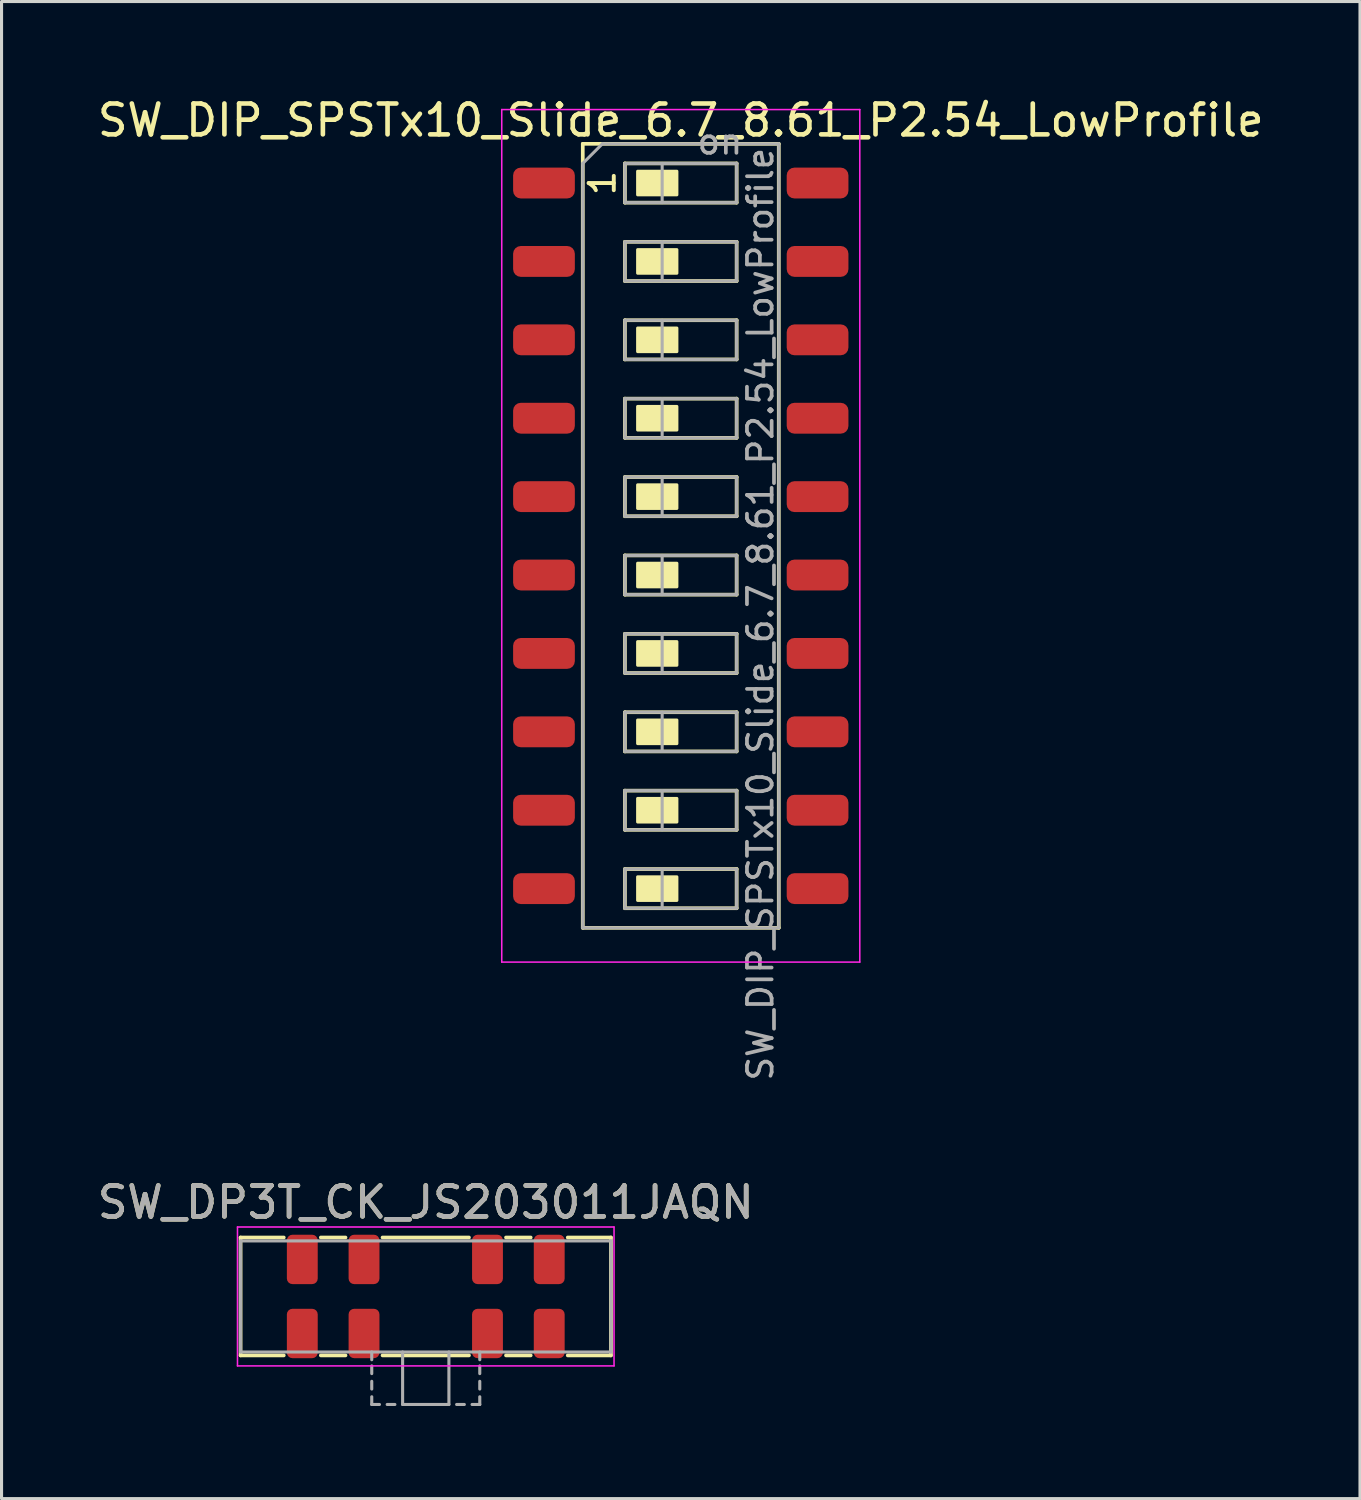
<source format=kicad_pcb>
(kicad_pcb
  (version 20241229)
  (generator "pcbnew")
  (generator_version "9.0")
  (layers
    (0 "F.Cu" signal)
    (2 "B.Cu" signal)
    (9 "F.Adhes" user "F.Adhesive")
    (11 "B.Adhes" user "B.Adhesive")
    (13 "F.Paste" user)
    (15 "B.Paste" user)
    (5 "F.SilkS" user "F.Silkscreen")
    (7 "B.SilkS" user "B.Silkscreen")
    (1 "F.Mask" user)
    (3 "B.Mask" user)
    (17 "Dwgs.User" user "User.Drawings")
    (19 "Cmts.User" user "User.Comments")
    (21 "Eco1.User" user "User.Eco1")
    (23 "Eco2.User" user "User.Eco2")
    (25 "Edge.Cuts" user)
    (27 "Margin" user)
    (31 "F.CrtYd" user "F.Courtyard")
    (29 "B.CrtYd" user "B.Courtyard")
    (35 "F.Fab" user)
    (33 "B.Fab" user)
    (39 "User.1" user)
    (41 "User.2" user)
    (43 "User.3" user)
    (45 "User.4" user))
  (footprint "SW_DP3T_CK_JS203011JAQN"
    (layer "F.Cu")
    (at 10.744 38.953)
    (property "Reference" "SW_DP3T_CK_JS203011JAQN" (at 0 -3.05 0) (layer "F.SilkS") (effects (font (size 1 1) (thickness 0.15))))
    (attr smd)
    (fp_line (start -6 -1.91) (end -6 1.91) (stroke (width 0.12) (type solid)) (layer "F.SilkS"))
    (fp_line (start -4.6 -1.91) (end -6 -1.91) (stroke (width 0.12) (type solid)) (layer "F.SilkS"))
    (fp_line (start -4.6 1.91) (end -6 1.91) (stroke (width 0.12) (type solid)) (layer "F.SilkS"))
    (fp_line (start -2.6 -1.91) (end -3.4 -1.91) (stroke (width 0.12) (type solid)) (layer "F.SilkS"))
    (fp_line (start -2.6 1.91) (end -3.4 1.91) (stroke (width 0.12) (type solid)) (layer "F.SilkS"))
    (fp_line (start 1.4 -1.91) (end -1.4 -1.91) (stroke (width 0.12) (type solid)) (layer "F.SilkS"))
    (fp_line (start 1.4 1.91) (end -1.4 1.91) (stroke (width 0.12) (type solid)) (layer "F.SilkS"))
    (fp_line (start 3.4 -1.91) (end 2.6 -1.91) (stroke (width 0.12) (type solid)) (layer "F.SilkS"))
    (fp_line (start 3.4 1.91) (end 2.6 1.91) (stroke (width 0.12) (type solid)) (layer "F.SilkS"))
    (fp_line (start 6 -1.91) (end 4.6 -1.91) (stroke (width 0.12) (type solid)) (layer "F.SilkS"))
    (fp_line (start 6 -1.91) (end 6 1.91) (stroke (width 0.12) (type solid)) (layer "F.SilkS"))
    (fp_line (start 6 1.91) (end 4.6 1.91) (stroke (width 0.12) (type solid)) (layer "F.SilkS"))
    (fp_line (start -6.1 -2.25) (end -6.1 2.25) (stroke (width 0.05) (type solid)) (layer "F.CrtYd"))
    (fp_line (start -6.1 -2.25) (end 6.1 -2.25) (stroke (width 0.05) (type solid)) (layer "F.CrtYd"))
    (fp_line (start 6.1 -2.25) (end 6.1 2.25) (stroke (width 0.05) (type solid)) (layer "F.CrtYd"))
    (fp_line (start 6.1 2.25) (end -6.1 2.25) (stroke (width 0.05) (type solid)) (layer "F.CrtYd"))
    (fp_line (start -6 -1.8) (end 6 -1.8) (stroke (width 0.1) (type solid)) (layer "F.Fab"))
    (fp_line (start -6 1.8) (end -6 -1.8) (stroke (width 0.1) (type solid)) (layer "F.Fab"))
    (fp_line (start -1.75 1.8) (end -1.75 2.05) (stroke (width 0.1) (type solid)) (layer "F.Fab"))
    (fp_line (start -1.75 2.25) (end -1.75 2.5) (stroke (width 0.1) (type solid)) (layer "F.Fab"))
    (fp_line (start -1.75 2.75) (end -1.75 3) (stroke (width 0.1) (type solid)) (layer "F.Fab"))
    (fp_line (start -1.75 3.25) (end -1.75 3.5) (stroke (width 0.1) (type solid)) (layer "F.Fab"))
    (fp_line (start -1.5 3.5) (end -1.75 3.5) (stroke (width 0.1) (type solid)) (layer "F.Fab"))
    (fp_line (start -1 3.5) (end -1.25 3.5) (stroke (width 0.1) (type solid)) (layer "F.Fab"))
    (fp_line (start -0.75 1.8) (end -0.75 3.5) (stroke (width 0.1) (type solid)) (layer "F.Fab"))
    (fp_line (start 0.75 1.8) (end 0.75 3.5) (stroke (width 0.1) (type solid)) (layer "F.Fab"))
    (fp_line (start 0.75 3.5) (end -0.75 3.5) (stroke (width 0.1) (type solid)) (layer "F.Fab"))
    (fp_line (start 1.25 3.5) (end 1 3.5) (stroke (width 0.1) (type solid)) (layer "F.Fab"))
    (fp_line (start 1.75 1.8) (end 1.75 2.05) (stroke (width 0.1) (type solid)) (layer "F.Fab"))
    (fp_line (start 1.75 2.25) (end 1.75 2.5) (stroke (width 0.1) (type solid)) (layer "F.Fab"))
    (fp_line (start 1.75 2.75) (end 1.75 3) (stroke (width 0.1) (type solid)) (layer "F.Fab"))
    (fp_line (start 1.75 3.25) (end 1.75 3.5) (stroke (width 0.1) (type solid)) (layer "F.Fab"))
    (fp_line (start 1.75 3.5) (end 1.5 3.5) (stroke (width 0.1) (type solid)) (layer "F.Fab"))
    (fp_line (start 6 -1.8) (end 6 1.8) (stroke (width 0.1) (type solid)) (layer "F.Fab"))
    (fp_line (start 6 1.8) (end -6 1.8) (stroke (width 0.1) (type solid)) (layer "F.Fab"))
    (fp_text user "${REFERENCE}" (at 0 -3.05 0) (layer "F.Fab") (effects (font (size 1 1) (thickness 0.15))))
    (pad "1" smd roundrect (at -4 1.2) (size 1 1.6) (layers "F.Cu" "F.Mask" "F.Paste") (roundrect_rratio 0.18))
    (pad "2" smd roundrect (at -2 1.2) (size 1 1.6) (layers "F.Cu" "F.Mask" "F.Paste") (roundrect_rratio 0.18))
    (pad "3" smd roundrect (at 2 1.2) (size 1 1.6) (layers "F.Cu" "F.Mask" "F.Paste") (roundrect_rratio 0.18))
    (pad "4" smd roundrect (at 4 1.2) (size 1 1.6) (layers "F.Cu" "F.Mask" "F.Paste") (roundrect_rratio 0.18))
    (pad "5" smd roundrect (at -4 -1.2) (size 1 1.6) (layers "F.Cu" "F.Mask" "F.Paste") (roundrect_rratio 0.18))
    (pad "6" smd roundrect (at -2 -1.2) (size 1 1.6) (layers "F.Cu" "F.Mask" "F.Paste") (roundrect_rratio 0.18))
    (pad "7" smd roundrect (at 2 -1.2) (size 1 1.6) (layers "F.Cu" "F.Mask" "F.Paste") (roundrect_rratio 0.18))
    (pad "8" smd roundrect (at 4 -1.2) (size 1 1.6) (layers "F.Cu" "F.Mask" "F.Paste") (roundrect_rratio 0.18)))
  (footprint "SW_DIP_SPSTx10_Slide_6.7_8.61_P2.54_LowProfile"
    (layer "F.Cu")
    (at 19.006 14.31)
    (property "Reference" "SW_DIP_SPSTx10_Slide_6.7_8.61_P2.54_LowProfile" (at 0 -13.462 0) (layer "F.SilkS") (effects (font (size 1 1) (thickness 0.15))))
    (attr smd)
    (fp_line (start -3.175 -12.7) (end -3.175 12.7) (stroke (width 0.12) (type solid)) (layer "F.SilkS"))
    (fp_line (start -3.175 12.7) (end 3.175 12.7) (stroke (width 0.12) (type solid)) (layer "F.SilkS"))
    (fp_line (start -1.81 -12.065) (end -1.81 -10.795) (stroke (width 0.12) (type solid)) (layer "F.SilkS"))
    (fp_line (start -1.81 -10.795) (end 1.81 -10.795) (stroke (width 0.12) (type solid)) (layer "F.SilkS"))
    (fp_line (start -1.81 -9.525) (end -1.81 -8.255) (stroke (width 0.12) (type solid)) (layer "F.SilkS"))
    (fp_line (start -1.81 -8.255) (end 1.81 -8.255) (stroke (width 0.12) (type solid)) (layer "F.SilkS"))
    (fp_line (start -1.81 -6.985) (end -1.81 -5.715) (stroke (width 0.12) (type solid)) (layer "F.SilkS"))
    (fp_line (start -1.81 -5.715) (end 1.81 -5.715) (stroke (width 0.12) (type solid)) (layer "F.SilkS"))
    (fp_line (start -1.81 -4.445) (end -1.81 -3.175) (stroke (width 0.12) (type solid)) (layer "F.SilkS"))
    (fp_line (start -1.81 -3.175) (end 1.81 -3.175) (stroke (width 0.12) (type solid)) (layer "F.SilkS"))
    (fp_line (start -1.81 -1.905) (end -1.81 -0.635) (stroke (width 0.12) (type solid)) (layer "F.SilkS"))
    (fp_line (start -1.81 -0.635) (end 1.81 -0.635) (stroke (width 0.12) (type solid)) (layer "F.SilkS"))
    (fp_line (start -1.81 0.635) (end -1.81 1.905) (stroke (width 0.12) (type solid)) (layer "F.SilkS"))
    (fp_line (start -1.81 1.905) (end 1.81 1.905) (stroke (width 0.12) (type solid)) (layer "F.SilkS"))
    (fp_line (start -1.81 3.175) (end -1.81 4.445) (stroke (width 0.12) (type solid)) (layer "F.SilkS"))
    (fp_line (start -1.81 4.445) (end 1.81 4.445) (stroke (width 0.12) (type solid)) (layer "F.SilkS"))
    (fp_line (start -1.81 5.715) (end -1.81 6.985) (stroke (width 0.12) (type solid)) (layer "F.SilkS"))
    (fp_line (start -1.81 6.985) (end 1.81 6.985) (stroke (width 0.12) (type solid)) (layer "F.SilkS"))
    (fp_line (start -1.81 8.255) (end -1.81 9.525) (stroke (width 0.12) (type solid)) (layer "F.SilkS"))
    (fp_line (start -1.81 9.525) (end 1.81 9.525) (stroke (width 0.12) (type solid)) (layer "F.SilkS"))
    (fp_line (start -1.81 10.795) (end -1.81 12.065) (stroke (width 0.12) (type solid)) (layer "F.SilkS"))
    (fp_line (start -1.81 12.065) (end 1.81 12.065) (stroke (width 0.12) (type solid)) (layer "F.SilkS"))
    (fp_line (start 1.81 -12.065) (end -1.81 -12.065) (stroke (width 0.12) (type solid)) (layer "F.SilkS"))
    (fp_line (start 1.81 -10.795) (end 1.81 -12.065) (stroke (width 0.12) (type solid)) (layer "F.SilkS"))
    (fp_line (start 1.81 -9.525) (end -1.81 -9.525) (stroke (width 0.12) (type solid)) (layer "F.SilkS"))
    (fp_line (start 1.81 -8.255) (end 1.81 -9.525) (stroke (width 0.12) (type solid)) (layer "F.SilkS"))
    (fp_line (start 1.81 -6.985) (end -1.81 -6.985) (stroke (width 0.12) (type solid)) (layer "F.SilkS"))
    (fp_line (start 1.81 -5.715) (end 1.81 -6.985) (stroke (width 0.12) (type solid)) (layer "F.SilkS"))
    (fp_line (start 1.81 -4.445) (end -1.81 -4.445) (stroke (width 0.12) (type solid)) (layer "F.SilkS"))
    (fp_line (start 1.81 -3.175) (end 1.81 -4.445) (stroke (width 0.12) (type solid)) (layer "F.SilkS"))
    (fp_line (start 1.81 -1.905) (end -1.81 -1.905) (stroke (width 0.12) (type solid)) (layer "F.SilkS"))
    (fp_line (start 1.81 -0.635) (end 1.81 -1.905) (stroke (width 0.12) (type solid)) (layer "F.SilkS"))
    (fp_line (start 1.81 0.635) (end -1.81 0.635) (stroke (width 0.12) (type solid)) (layer "F.SilkS"))
    (fp_line (start 1.81 1.905) (end 1.81 0.635) (stroke (width 0.12) (type solid)) (layer "F.SilkS"))
    (fp_line (start 1.81 3.175) (end -1.81 3.175) (stroke (width 0.12) (type solid)) (layer "F.SilkS"))
    (fp_line (start 1.81 4.445) (end 1.81 3.175) (stroke (width 0.12) (type solid)) (layer "F.SilkS"))
    (fp_line (start 1.81 5.715) (end -1.81 5.715) (stroke (width 0.12) (type solid)) (layer "F.SilkS"))
    (fp_line (start 1.81 6.985) (end 1.81 5.715) (stroke (width 0.12) (type solid)) (layer "F.SilkS"))
    (fp_line (start 1.81 8.255) (end -1.81 8.255) (stroke (width 0.12) (type solid)) (layer "F.SilkS"))
    (fp_line (start 1.81 9.525) (end 1.81 8.255) (stroke (width 0.12) (type solid)) (layer "F.SilkS"))
    (fp_line (start 1.81 10.795) (end -1.81 10.795) (stroke (width 0.12) (type solid)) (layer "F.SilkS"))
    (fp_line (start 1.81 12.065) (end 1.81 10.795) (stroke (width 0.12) (type solid)) (layer "F.SilkS"))
    (fp_line (start 3.175 -12.7) (end -3.175 -12.7) (stroke (width 0.12) (type solid)) (layer "F.SilkS"))
    (fp_line (start 3.175 12.7) (end 3.175 -12.7) (stroke (width 0.12) (type solid)) (layer "F.SilkS"))
    (fp_poly (pts (xy -0.127 -11.049) (xy -1.397 -11.049) (xy -1.397 -11.811) (xy -0.127 -11.811)) (stroke (width 0.1) (type solid)) (fill yes) (layer "F.SilkS"))
    (fp_poly (pts (xy -0.127 -8.509) (xy -1.397 -8.509) (xy -1.397 -9.271) (xy -0.127 -9.271)) (stroke (width 0.1) (type solid)) (fill yes) (layer "F.SilkS"))
    (fp_poly (pts (xy -0.127 -5.969) (xy -1.397 -5.969) (xy -1.397 -6.731) (xy -0.127 -6.731)) (stroke (width 0.1) (type solid)) (fill yes) (layer "F.SilkS"))
    (fp_poly (pts (xy -0.127 -3.429) (xy -1.397 -3.429) (xy -1.397 -4.191) (xy -0.127 -4.191)) (stroke (width 0.1) (type solid)) (fill yes) (layer "F.SilkS"))
    (fp_poly (pts (xy -0.127 -0.889) (xy -1.397 -0.889) (xy -1.397 -1.651) (xy -0.127 -1.651)) (stroke (width 0.1) (type solid)) (fill yes) (layer "F.SilkS"))
    (fp_poly (pts (xy -0.127 1.651) (xy -1.397 1.651) (xy -1.397 0.889) (xy -0.127 0.889)) (stroke (width 0.1) (type solid)) (fill yes) (layer "F.SilkS"))
    (fp_poly (pts (xy -0.127 4.191) (xy -1.397 4.191) (xy -1.397 3.429) (xy -0.127 3.429)) (stroke (width 0.1) (type solid)) (fill yes) (layer "F.SilkS"))
    (fp_poly (pts (xy -0.127 6.731) (xy -1.397 6.731) (xy -1.397 5.969) (xy -0.127 5.969)) (stroke (width 0.1) (type solid)) (fill yes) (layer "F.SilkS"))
    (fp_poly (pts (xy -0.127 9.271) (xy -1.397 9.271) (xy -1.397 8.509) (xy -0.127 8.509)) (stroke (width 0.1) (type solid)) (fill yes) (layer "F.SilkS"))
    (fp_poly (pts (xy -0.127 11.811) (xy -1.397 11.811) (xy -1.397 11.049) (xy -0.127 11.049)) (stroke (width 0.1) (type solid)) (fill yes) (layer "F.SilkS"))
    (fp_line (start -5.8 -13.81) (end -5.8 13.81) (stroke (width 0.05) (type solid)) (layer "F.CrtYd"))
    (fp_line (start -5.8 13.81) (end 5.8 13.81) (stroke (width 0.05) (type solid)) (layer "F.CrtYd"))
    (fp_line (start 5.8 -13.81) (end -5.8 -13.81) (stroke (width 0.05) (type solid)) (layer "F.CrtYd"))
    (fp_line (start 5.8 13.81) (end 5.8 -13.81) (stroke (width 0.05) (type solid)) (layer "F.CrtYd"))
    (fp_line (start -3.175 -12.065) (end -2.54 -12.7) (stroke (width 0.1) (type solid)) (layer "F.Fab"))
    (fp_line (start -3.175 12.7) (end -3.175 -12.065) (stroke (width 0.1) (type solid)) (layer "F.Fab"))
    (fp_line (start -2.54 -12.7) (end 3.175 -12.7) (stroke (width 0.1) (type solid)) (layer "F.Fab"))
    (fp_line (start -1.81 -12.065) (end -1.81 -10.795) (stroke (width 0.1) (type solid)) (layer "F.Fab"))
    (fp_line (start -1.81 -10.795) (end 1.81 -10.795) (stroke (width 0.1) (type solid)) (layer "F.Fab"))
    (fp_line (start -1.81 -9.525) (end -1.81 -8.255) (stroke (width 0.1) (type solid)) (layer "F.Fab"))
    (fp_line (start -1.81 -8.255) (end 1.81 -8.255) (stroke (width 0.1) (type solid)) (layer "F.Fab"))
    (fp_line (start -1.81 -6.985) (end -1.81 -5.715) (stroke (width 0.1) (type solid)) (layer "F.Fab"))
    (fp_line (start -1.81 -5.715) (end 1.81 -5.715) (stroke (width 0.1) (type solid)) (layer "F.Fab"))
    (fp_line (start -1.81 -4.445) (end -1.81 -3.175) (stroke (width 0.1) (type solid)) (layer "F.Fab"))
    (fp_line (start -1.81 -3.175) (end 1.81 -3.175) (stroke (width 0.1) (type solid)) (layer "F.Fab"))
    (fp_line (start -1.81 -1.905) (end -1.81 -0.635) (stroke (width 0.1) (type solid)) (layer "F.Fab"))
    (fp_line (start -1.81 -0.635) (end 1.81 -0.635) (stroke (width 0.1) (type solid)) (layer "F.Fab"))
    (fp_line (start -1.81 0.635) (end -1.81 1.905) (stroke (width 0.1) (type solid)) (layer "F.Fab"))
    (fp_line (start -1.81 1.905) (end 1.81 1.905) (stroke (width 0.1) (type solid)) (layer "F.Fab"))
    (fp_line (start -1.81 3.175) (end -1.81 4.445) (stroke (width 0.1) (type solid)) (layer "F.Fab"))
    (fp_line (start -1.81 4.445) (end 1.81 4.445) (stroke (width 0.1) (type solid)) (layer "F.Fab"))
    (fp_line (start -1.81 5.715) (end -1.81 6.985) (stroke (width 0.1) (type solid)) (layer "F.Fab"))
    (fp_line (start -1.81 6.985) (end 1.81 6.985) (stroke (width 0.1) (type solid)) (layer "F.Fab"))
    (fp_line (start -1.81 8.255) (end -1.81 9.525) (stroke (width 0.1) (type solid)) (layer "F.Fab"))
    (fp_line (start -1.81 9.525) (end 1.81 9.525) (stroke (width 0.1) (type solid)) (layer "F.Fab"))
    (fp_line (start -1.81 10.795) (end -1.81 12.065) (stroke (width 0.1) (type solid)) (layer "F.Fab"))
    (fp_line (start -1.81 12.065) (end 1.81 12.065) (stroke (width 0.1) (type solid)) (layer "F.Fab"))
    (fp_line (start -0.603 -12.065) (end -0.603 -10.795) (stroke (width 0.1) (type solid)) (layer "F.Fab"))
    (fp_line (start -0.603 -9.525) (end -0.603 -8.255) (stroke (width 0.1) (type solid)) (layer "F.Fab"))
    (fp_line (start -0.603 -6.985) (end -0.603 -5.715) (stroke (width 0.1) (type solid)) (layer "F.Fab"))
    (fp_line (start -0.603 -4.445) (end -0.603 -3.175) (stroke (width 0.1) (type solid)) (layer "F.Fab"))
    (fp_line (start -0.603 -1.905) (end -0.603 -0.635) (stroke (width 0.1) (type solid)) (layer "F.Fab"))
    (fp_line (start -0.603 0.635) (end -0.603 1.905) (stroke (width 0.1) (type solid)) (layer "F.Fab"))
    (fp_line (start -0.603 3.175) (end -0.603 4.445) (stroke (width 0.1) (type solid)) (layer "F.Fab"))
    (fp_line (start -0.603 5.715) (end -0.603 6.985) (stroke (width 0.1) (type solid)) (layer "F.Fab"))
    (fp_line (start -0.603 8.255) (end -0.603 9.525) (stroke (width 0.1) (type solid)) (layer "F.Fab"))
    (fp_line (start -0.603 10.795) (end -0.603 12.065) (stroke (width 0.1) (type solid)) (layer "F.Fab"))
    (fp_line (start 1.81 -12.065) (end -1.81 -12.065) (stroke (width 0.1) (type solid)) (layer "F.Fab"))
    (fp_line (start 1.81 -10.795) (end 1.81 -12.065) (stroke (width 0.1) (type solid)) (layer "F.Fab"))
    (fp_line (start 1.81 -9.525) (end -1.81 -9.525) (stroke (width 0.1) (type solid)) (layer "F.Fab"))
    (fp_line (start 1.81 -8.255) (end 1.81 -9.525) (stroke (width 0.1) (type solid)) (layer "F.Fab"))
    (fp_line (start 1.81 -6.985) (end -1.81 -6.985) (stroke (width 0.1) (type solid)) (layer "F.Fab"))
    (fp_line (start 1.81 -5.715) (end 1.81 -6.985) (stroke (width 0.1) (type solid)) (layer "F.Fab"))
    (fp_line (start 1.81 -4.445) (end -1.81 -4.445) (stroke (width 0.1) (type solid)) (layer "F.Fab"))
    (fp_line (start 1.81 -3.175) (end 1.81 -4.445) (stroke (width 0.1) (type solid)) (layer "F.Fab"))
    (fp_line (start 1.81 -1.905) (end -1.81 -1.905) (stroke (width 0.1) (type solid)) (layer "F.Fab"))
    (fp_line (start 1.81 -0.635) (end 1.81 -1.905) (stroke (width 0.1) (type solid)) (layer "F.Fab"))
    (fp_line (start 1.81 0.635) (end -1.81 0.635) (stroke (width 0.1) (type solid)) (layer "F.Fab"))
    (fp_line (start 1.81 1.905) (end 1.81 0.635) (stroke (width 0.1) (type solid)) (layer "F.Fab"))
    (fp_line (start 1.81 3.175) (end -1.81 3.175) (stroke (width 0.1) (type solid)) (layer "F.Fab"))
    (fp_line (start 1.81 4.445) (end 1.81 3.175) (stroke (width 0.1) (type solid)) (layer "F.Fab"))
    (fp_line (start 1.81 5.715) (end -1.81 5.715) (stroke (width 0.1) (type solid)) (layer "F.Fab"))
    (fp_line (start 1.81 6.985) (end 1.81 5.715) (stroke (width 0.1) (type solid)) (layer "F.Fab"))
    (fp_line (start 1.81 8.255) (end -1.81 8.255) (stroke (width 0.1) (type solid)) (layer "F.Fab"))
    (fp_line (start 1.81 9.525) (end 1.81 8.255) (stroke (width 0.1) (type solid)) (layer "F.Fab"))
    (fp_line (start 1.81 10.795) (end -1.81 10.795) (stroke (width 0.1) (type solid)) (layer "F.Fab"))
    (fp_line (start 1.81 12.065) (end 1.81 10.795) (stroke (width 0.1) (type solid)) (layer "F.Fab"))
    (fp_line (start 3.175 -12.7) (end 3.175 12.7) (stroke (width 0.1) (type solid)) (layer "F.Fab"))
    (fp_line (start 3.175 12.7) (end -3.175 12.7) (stroke (width 0.1) (type solid)) (layer "F.Fab"))
    (fp_text user "1" (at -2.54 -11.43 270) (layer "F.SilkS") (effects (font (size 0.813 0.813) (thickness 0.127))))
    (fp_text user "${REFERENCE}" (at 2.58 2.54 90) (layer "F.Fab") (effects (font (size 0.8 0.8) (thickness 0.12))))
    (fp_text user "on" (at 1.27 -12.773 0) (layer "F.Fab") (effects (font (size 0.8 0.8) (thickness 0.12))))
    (pad "1" smd roundrect (at -4.432 -11.43) (size 2 1) (layers "F.Cu" "F.Mask" "F.Paste") (roundrect_rratio 0.25))
    (pad "2" smd roundrect (at -4.432 -8.89) (size 2 1) (layers "F.Cu" "F.Mask" "F.Paste") (roundrect_rratio 0.25))
    (pad "3" smd roundrect (at -4.432 -6.35) (size 2 1) (layers "F.Cu" "F.Mask" "F.Paste") (roundrect_rratio 0.25))
    (pad "4" smd roundrect (at -4.432 -3.81) (size 2 1) (layers "F.Cu" "F.Mask" "F.Paste") (roundrect_rratio 0.25))
    (pad "5" smd roundrect (at -4.432 -1.27) (size 2 1) (layers "F.Cu" "F.Mask" "F.Paste") (roundrect_rratio 0.25))
    (pad "6" smd roundrect (at -4.432 1.27) (size 2 1) (layers "F.Cu" "F.Mask" "F.Paste") (roundrect_rratio 0.25))
    (pad "7" smd roundrect (at -4.432 3.81) (size 2 1) (layers "F.Cu" "F.Mask" "F.Paste") (roundrect_rratio 0.25))
    (pad "8" smd roundrect (at -4.432 6.35) (size 2 1) (layers "F.Cu" "F.Mask" "F.Paste") (roundrect_rratio 0.25))
    (pad "9" smd roundrect (at -4.432 8.89) (size 2 1) (layers "F.Cu" "F.Mask" "F.Paste") (roundrect_rratio 0.25))
    (pad "10" smd roundrect (at -4.432 11.43) (size 2 1) (layers "F.Cu" "F.Mask" "F.Paste") (roundrect_rratio 0.25))
    (pad "11" smd roundrect (at 4.432 11.43) (size 2 1) (layers "F.Cu" "F.Mask" "F.Paste") (roundrect_rratio 0.25))
    (pad "12" smd roundrect (at 4.432 8.89) (size 2 1) (layers "F.Cu" "F.Mask" "F.Paste") (roundrect_rratio 0.25))
    (pad "13" smd roundrect (at 4.432 6.35) (size 2 1) (layers "F.Cu" "F.Mask" "F.Paste") (roundrect_rratio 0.25))
    (pad "14" smd roundrect (at 4.432 3.81) (size 2 1) (layers "F.Cu" "F.Mask" "F.Paste") (roundrect_rratio 0.25))
    (pad "15" smd roundrect (at 4.432 1.27) (size 2 1) (layers "F.Cu" "F.Mask" "F.Paste") (roundrect_rratio 0.25))
    (pad "16" smd roundrect (at 4.432 -1.27) (size 2 1) (layers "F.Cu" "F.Mask" "F.Paste") (roundrect_rratio 0.25))
    (pad "17" smd roundrect (at 4.432 -3.81) (size 2 1) (layers "F.Cu" "F.Mask" "F.Paste") (roundrect_rratio 0.25))
    (pad "18" smd roundrect (at 4.432 -6.35) (size 2 1) (layers "F.Cu" "F.Mask" "F.Paste") (roundrect_rratio 0.25))
    (pad "19" smd roundrect (at 4.432 -8.89) (size 2 1) (layers "F.Cu" "F.Mask" "F.Paste") (roundrect_rratio 0.25))
    (pad "20" smd roundrect (at 4.432 -11.43) (size 2 1) (layers "F.Cu" "F.Mask" "F.Paste") (roundrect_rratio 0.25)))
  (gr_rect
    (start -3 -3)
    (end 41.012 45.503)
    (stroke (width 0.1) (type default))
    (fill no)
    (layer "Edge.Cuts")))
</source>
